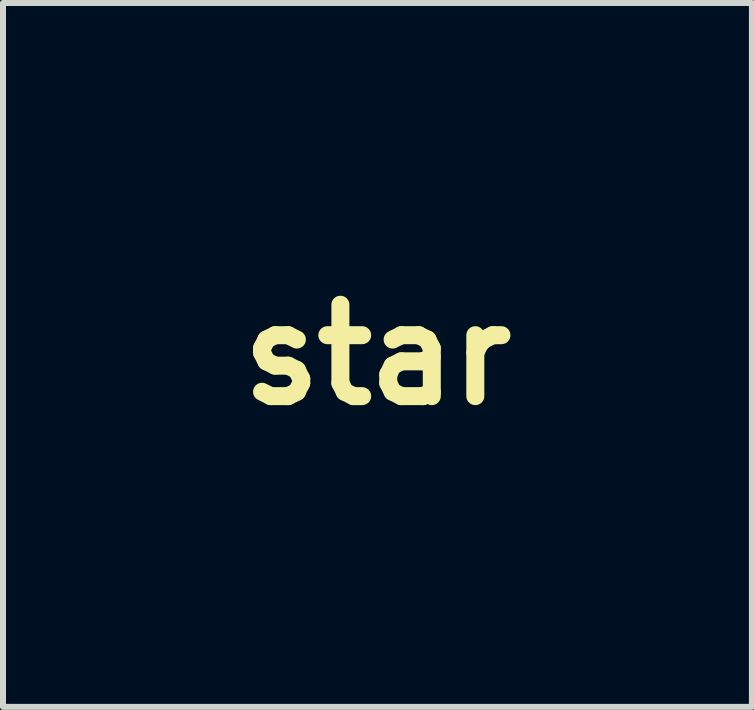
<source format=kicad_pcb>
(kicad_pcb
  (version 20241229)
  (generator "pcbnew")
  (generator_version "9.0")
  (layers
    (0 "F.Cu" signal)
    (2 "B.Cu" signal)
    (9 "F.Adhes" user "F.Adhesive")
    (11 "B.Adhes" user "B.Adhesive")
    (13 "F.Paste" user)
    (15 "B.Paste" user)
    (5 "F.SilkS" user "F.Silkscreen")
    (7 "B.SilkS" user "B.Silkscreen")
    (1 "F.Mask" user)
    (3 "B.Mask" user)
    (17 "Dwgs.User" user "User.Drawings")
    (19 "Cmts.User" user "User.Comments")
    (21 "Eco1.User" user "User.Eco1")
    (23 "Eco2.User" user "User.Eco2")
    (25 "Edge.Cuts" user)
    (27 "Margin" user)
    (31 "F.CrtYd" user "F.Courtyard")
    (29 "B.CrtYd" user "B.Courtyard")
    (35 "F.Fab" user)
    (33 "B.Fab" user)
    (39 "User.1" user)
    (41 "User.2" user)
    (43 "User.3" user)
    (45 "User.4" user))
  (footprint "star"
    (layer "F.Cu")
    (at 3.243 2.866)
    (property "Reference" "star" (at 0 0 0) (layer "F.SilkS") (effects (font (size 1.524 1.524) (thickness 0.3))))
    (attr through_hole)
    (fp_poly (pts (xy -1.884 2.245) (xy -1.856 2.271) (xy -1.862 2.286) (xy -1.865 2.286) (xy -1.887 2.268) (xy -1.895 2.257) (xy -1.898 2.239) (xy -1.884 2.245)) (stroke (width 0.01) (type solid)) (fill yes) (layer "F.Mask"))
    (fp_poly (pts (xy -1.811 -2.298) (xy -1.826 -2.28) (xy -1.863 -2.24) (xy -1.879 -2.24) (xy -1.88 -2.245) (xy -1.862 -2.266) (xy -1.835 -2.289) (xy -1.805 -2.311) (xy -1.811 -2.298)) (stroke (width 0.01) (type solid)) (fill yes) (layer "F.Mask"))
    (fp_poly (pts (xy 0.29 -2.835) (xy 0.654 -2.76) (xy 1.007 -2.637) (xy 1.022 -2.631) (xy 1.345 -2.465) (xy 1.645 -2.26) (xy 1.917 -2.02) (xy 2.157 -1.75) (xy 2.361 -1.455) (xy 2.525 -1.14) (xy 2.645 -0.81) (xy 2.683 -0.657) (xy 2.725 -0.464) (xy 2.866 -0.405) (xy 2.99 -0.339) (xy 3.099 -0.253) (xy 3.184 -0.157) (xy 3.234 -0.062) (xy 3.24 -0.039) (xy 3.238 0.082) (xy 3.19 0.215) (xy 3.101 0.354) (xy 2.973 0.495) (xy 2.808 0.634) (xy 2.803 0.638) (xy 2.729 0.697) (xy 2.68 0.753) (xy 2.644 0.825) (xy 2.615 0.907) (xy 2.476 1.251) (xy 2.294 1.571) (xy 2.073 1.864) (xy 1.817 2.127) (xy 1.531 2.356) (xy 1.218 2.547) (xy 0.882 2.698) (xy 0.527 2.804) (xy 0.384 2.833) (xy 0.215 2.854) (xy 0.016 2.865) (xy -0.194 2.866) (xy -0.395 2.857) (xy -0.57 2.838) (xy -0.604 2.832) (xy -0.894 2.763) (xy -1.184 2.664) (xy -1.457 2.54) (xy -1.697 2.399) (xy -1.712 2.389) (xy -1.788 2.335) (xy -1.822 2.307) (xy -1.815 2.304) (xy -1.769 2.328) (xy -1.684 2.377) (xy -1.658 2.393) (xy -1.37 2.543) (xy -1.047 2.664) (xy -0.928 2.699) (xy -0.845 2.719) (xy -0.765 2.734) (xy -0.677 2.744) (xy -0.569 2.751) (xy -0.432 2.754) (xy -0.255 2.755) (xy -0.254 2.755) (xy -0.079 2.754) (xy 0.057 2.752) (xy 0.162 2.746) (xy 0.249 2.737) (xy 0.328 2.723) (xy 0.408 2.703) (xy 0.424 2.698) (xy 0.788 2.573) (xy 1.127 2.406) (xy 1.436 2.2) (xy 1.713 1.955) (xy 1.956 1.675) (xy 2.126 1.422) (xy 2.181 1.326) (xy 2.236 1.221) (xy 2.285 1.118) (xy 2.325 1.028) (xy 2.35 0.961) (xy 2.357 0.927) (xy 2.356 0.925) (xy 2.33 0.93) (xy 2.268 0.954) (xy 2.181 0.992) (xy 2.106 1.027) (xy 1.916 1.11) (xy 1.688 1.198) (xy 1.434 1.286) (xy 1.167 1.372) (xy 0.956 1.433) (xy 0.812 1.477) (xy 0.717 1.513) (xy 0.672 1.542) (xy 0.669 1.55) (xy 0.663 1.595) (xy 0.654 1.671) (xy 0.647 1.734) (xy 0.636 1.812) (xy 0.622 1.865) (xy 0.611 1.88) (xy 0.599 1.857) (xy 0.586 1.797) (xy 0.577 1.725) (xy 0.568 1.641) (xy 0.557 1.58) (xy 0.549 1.557) (xy 0.519 1.554) (xy 0.453 1.562) (xy 0.365 1.576) (xy 0.269 1.596) (xy 0.177 1.618) (xy 0.102 1.639) (xy 0.057 1.657) (xy 0.05 1.663) (xy 0.039 1.699) (xy 0.013 1.765) (xy -0.015 1.829) (xy -0.079 1.968) (xy -0.067 1.809) (xy -0.055 1.65) (xy -0.148 1.665) (xy -0.233 1.68) (xy -0.278 1.696) (xy -0.291 1.72) (xy -0.284 1.762) (xy -0.28 1.778) (xy -0.271 1.835) (xy -0.284 1.892) (xy -0.325 1.968) (xy -0.325 1.969) (xy -0.367 2.032) (xy -0.398 2.074) (xy -0.409 2.082) (xy -0.423 2.06) (xy -0.445 2.001) (xy -0.472 1.918) (xy -0.473 1.911) (xy -0.504 1.816) (xy -0.531 1.761) (xy -0.56 1.736) (xy -0.576 1.732) (xy -0.604 1.731) (xy -0.623 1.742) (xy -0.638 1.776) (xy -0.653 1.84) (xy -0.671 1.943) (xy -0.675 1.968) (xy -0.705 2.059) (xy -0.756 2.141) (xy -0.761 2.146) (xy -0.821 2.216) (xy -0.877 2.286) (xy -0.882 2.292) (xy -0.933 2.361) (xy -0.949 2.266) (xy -0.957 2.194) (xy -0.962 2.092) (xy -0.965 1.981) (xy -0.965 1.968) (xy -0.965 1.764) (xy -1.324 1.774) (xy -1.625 1.774) (xy -1.918 1.759) (xy -2.196 1.729) (xy -2.451 1.687) (xy -2.675 1.632) (xy -2.859 1.566) (xy -2.911 1.542) (xy -3.065 1.445) (xy -3.17 1.338) (xy -3.228 1.22) (xy -3.238 1.095) (xy -3.202 0.962) (xy -3.119 0.824) (xy -2.992 0.683) (xy -2.82 0.539) (xy -2.604 0.394) (xy -2.345 0.249) (xy -2.317 0.235) (xy -2.18 0.164) (xy -2.087 0.112) (xy -2.037 0.075) (xy -2.026 0.051) (xy -2.054 0.036) (xy -2.117 0.028) (xy -2.172 0.025) (xy -2.232 0.021) (xy -2.246 0.014) (xy -2.218 0.003) (xy -2.21 0) (xy -2.136 -0.016) (xy -2.068 -0.023) (xy -1.99 -0.041) (xy -1.936 -0.094) (xy -1.901 -0.187) (xy -1.889 -0.254) (xy -1.869 -0.394) (xy -1.849 -0.255) (xy -1.824 -0.146) (xy -1.784 -0.076) (xy -1.718 -0.035) (xy -1.618 -0.012) (xy -1.486 0.008) (xy -1.621 0.029) (xy -1.704 0.048) (xy -1.769 0.071) (xy -1.791 0.085) (xy -1.813 0.128) (xy -1.835 0.203) (xy -1.848 0.27) (xy -1.87 0.419) (xy -1.89 0.26) (xy -1.904 0.178) (xy -1.92 0.121) (xy -1.933 0.102) (xy -1.969 0.113) (xy -2.038 0.144) (xy -2.132 0.19) (xy -2.239 0.244) (xy -2.349 0.302) (xy -2.451 0.359) (xy -2.537 0.408) (xy -2.564 0.425) (xy -2.73 0.545) (xy -2.871 0.673) (xy -2.983 0.804) (xy -3.059 0.931) (xy -3.096 1.048) (xy -3.098 1.079) (xy -3.074 1.197) (xy -3.004 1.303) (xy -2.888 1.398) (xy -2.731 1.481) (xy -2.535 1.549) (xy -2.303 1.604) (xy -2.037 1.643) (xy -1.741 1.666) (xy -1.416 1.671) (xy -1.371 1.671) (xy -0.955 1.664) (xy -0.947 1.6) (xy -0.597 1.6) (xy -0.595 1.624) (xy -0.586 1.626) (xy -0.56 1.607) (xy -0.559 1.6) (xy -0.567 1.575) (xy -0.57 1.575) (xy -0.592 1.593) (xy -0.597 1.6) (xy -0.947 1.6) (xy -0.921 1.397) (xy -0.9 1.254) (xy -0.873 1.101) (xy -0.845 0.962) (xy -0.833 0.914) (xy -0.816 0.842) (xy -0.803 0.771) (xy -0.793 0.694) (xy -0.786 0.603) (xy -0.781 0.489) (xy -0.778 0.345) (xy -0.776 0.163) (xy -0.775 0.038) (xy -0.775 0.01) (xy -0.494 0.01) (xy -0.494 0.051) (xy -0.493 0.251) (xy -0.489 0.419) (xy -0.483 0.568) (xy -0.471 0.708) (xy -0.454 0.853) (xy -0.429 1.014) (xy -0.397 1.203) (xy -0.366 1.377) (xy -0.325 1.599) (xy -0.207 1.583) (xy -0.132 1.571) (xy -0.079 1.556) (xy -0.068 1.549) (xy -0.058 1.516) (xy -0.049 1.441) (xy -0.04 1.329) (xy -0.031 1.189) (xy -0.024 1.029) (xy -0.017 0.857) (xy -0.012 0.678) (xy -0.009 0.503) (xy -0.008 0.337) (xy -0.01 0.189) (xy -0.013 0.089) (xy -0.021 -0.073) (xy -0.034 -0.242) (xy -0.048 -0.401) (xy -0.064 -0.53) (xy -0.066 -0.546) (xy -0.089 -0.686) (xy -0.116 -0.828) (xy -0.146 -0.963) (xy -0.176 -1.081) (xy -0.187 -1.12) (xy 0.073 -1.12) (xy 0.076 -1.058) (xy 0.087 -0.969) (xy 0.092 -0.927) (xy 0.13 -0.615) (xy 0.156 -0.281) (xy 0.17 0.063) (xy 0.173 0.405) (xy 0.163 0.731) (xy 0.141 1.03) (xy 0.116 1.232) (xy 0.1 1.341) (xy 0.087 1.43) (xy 0.079 1.489) (xy 0.077 1.505) (xy 0.098 1.52) (xy 0.136 1.524) (xy 0.167 1.519) (xy 0.189 1.499) (xy 0.193 1.49) (xy 0.26 1.49) (xy 0.286 1.497) (xy 0.347 1.488) (xy 0.419 1.471) (xy 0.53 1.443) (xy 0.476 1.293) (xy 0.446 1.215) (xy 0.421 1.161) (xy 0.408 1.143) (xy 0.39 1.167) (xy 0.357 1.236) (xy 0.309 1.349) (xy 0.261 1.467) (xy 0.26 1.49) (xy 0.193 1.49) (xy 0.208 1.452) (xy 0.228 1.369) (xy 0.237 1.327) (xy 0.275 1.137) (xy 0.303 0.971) (xy 0.322 0.813) (xy 0.334 0.649) (xy 0.34 0.463) (xy 0.342 0.254) (xy 0.341 0.054) (xy 0.337 -0.105) (xy 0.329 -0.233) (xy 0.317 -0.342) (xy 0.3 -0.441) (xy 0.297 -0.457) (xy 0.272 -0.562) (xy 0.24 -0.681) (xy 0.204 -0.804) (xy 0.167 -0.921) (xy 0.132 -1.022) (xy 0.103 -1.098) (xy 0.082 -1.139) (xy 0.077 -1.143) (xy 0.073 -1.12) (xy -0.187 -1.12) (xy -0.203 -1.176) (xy -0.227 -1.236) (xy -0.243 -1.256) (xy -0.265 -1.232) (xy -0.297 -1.169) (xy -0.335 -1.077) (xy -0.375 -0.967) (xy -0.413 -0.848) (xy -0.445 -0.73) (xy -0.45 -0.711) (xy -0.465 -0.636) (xy -0.477 -0.554) (xy -0.486 -0.457) (xy -0.491 -0.336) (xy -0.494 -0.183) (xy -0.494 0.01) (xy -0.775 0.01) (xy -0.773 -0.203) (xy -0.768 -0.403) (xy -0.759 -0.57) (xy -0.745 -0.715) (xy -0.725 -0.845) (xy -0.697 -0.971) (xy -0.66 -1.101) (xy -0.613 -1.246) (xy -0.594 -1.301) (xy -0.459 -1.639) (xy -0.301 -1.945) (xy -0.22 -2.075) (xy -0.114 -2.237) (xy -0.068 -2.18) (xy 0.029 -2.042) (xy 0.13 -1.865) (xy 0.23 -1.661) (xy 0.324 -1.44) (xy 0.406 -1.213) (xy 0.466 -1.016) (xy 0.489 -0.927) (xy 0.508 -0.851) (xy 0.522 -0.781) (xy 0.532 -0.707) (xy 0.539 -0.622) (xy 0.543 -0.517) (xy 0.546 -0.385) (xy 0.548 -0.217) (xy 0.549 -0.051) (xy 0.551 0.163) (xy 0.554 0.333) (xy 0.558 0.469) (xy 0.565 0.577) (xy 0.573 0.666) (xy 0.585 0.744) (xy 0.6 0.818) (xy 0.605 0.838) (xy 0.632 0.965) (xy 0.656 1.099) (xy 0.672 1.214) (xy 0.673 1.226) (xy 0.687 1.329) (xy 0.706 1.384) (xy 0.724 1.397) (xy 0.767 1.39) (xy 0.849 1.369) (xy 0.961 1.338) (xy 1.092 1.3) (xy 1.234 1.258) (xy 1.376 1.213) (xy 1.51 1.17) (xy 1.627 1.13) (xy 1.638 1.126) (xy 1.778 1.073) (xy 1.936 1.009) (xy 2.089 0.942) (xy 2.151 0.914) (xy 2.264 0.86) (xy 2.339 0.82) (xy 2.386 0.787) (xy 2.413 0.755) (xy 2.43 0.717) (xy 2.436 0.695) (xy 2.458 0.58) (xy 2.712 0.58) (xy 2.716 0.584) (xy 2.745 0.57) (xy 2.8 0.532) (xy 2.849 0.495) (xy 2.981 0.372) (xy 3.077 0.241) (xy 3.133 0.108) (xy 3.147 -0.021) (xy 3.118 -0.14) (xy 3.1 -0.172) (xy 3.054 -0.226) (xy 2.985 -0.287) (xy 2.907 -0.345) (xy 2.835 -0.388) (xy 2.784 -0.406) (xy 2.781 -0.406) (xy 2.769 -0.384) (xy 2.76 -0.317) (xy 2.755 -0.202) (xy 2.752 -0.038) (xy 2.752 -0.019) (xy 2.75 0.126) (xy 2.745 0.262) (xy 2.737 0.376) (xy 2.728 0.456) (xy 2.724 0.476) (xy 2.712 0.541) (xy 2.712 0.58) (xy 2.458 0.58) (xy 2.484 0.452) (xy 2.508 0.18) (xy 2.51 -0.104) (xy 2.488 -0.383) (xy 2.443 -0.64) (xy 2.431 -0.689) (xy 2.314 -1.039) (xy 2.154 -1.365) (xy 1.955 -1.664) (xy 1.721 -1.934) (xy 1.455 -2.171) (xy 1.161 -2.373) (xy 0.842 -2.536) (xy 0.502 -2.658) (xy 0.146 -2.735) (xy -0.102 -2.76) (xy -0.447 -2.757) (xy -0.794 -2.71) (xy -1.131 -2.622) (xy -1.449 -2.495) (xy -1.674 -2.373) (xy -1.733 -2.339) (xy -1.766 -2.326) (xy -1.769 -2.331) (xy -1.736 -2.36) (xy -1.667 -2.405) (xy -1.574 -2.46) (xy -1.467 -2.518) (xy -1.357 -2.575) (xy -1.254 -2.623) (xy -1.194 -2.649) (xy -0.827 -2.768) (xy -0.455 -2.839) (xy -0.081 -2.861) (xy 0.29 -2.835)) (stroke (width 0.01) (type solid)) (fill yes) (layer "F.Mask")))
  (gr_rect
    (start -3 -3)
    (end 9.488 8.737)
    (stroke (width 0.1) (type default))
    (fill no)
    (layer "Edge.Cuts")))
</source>
